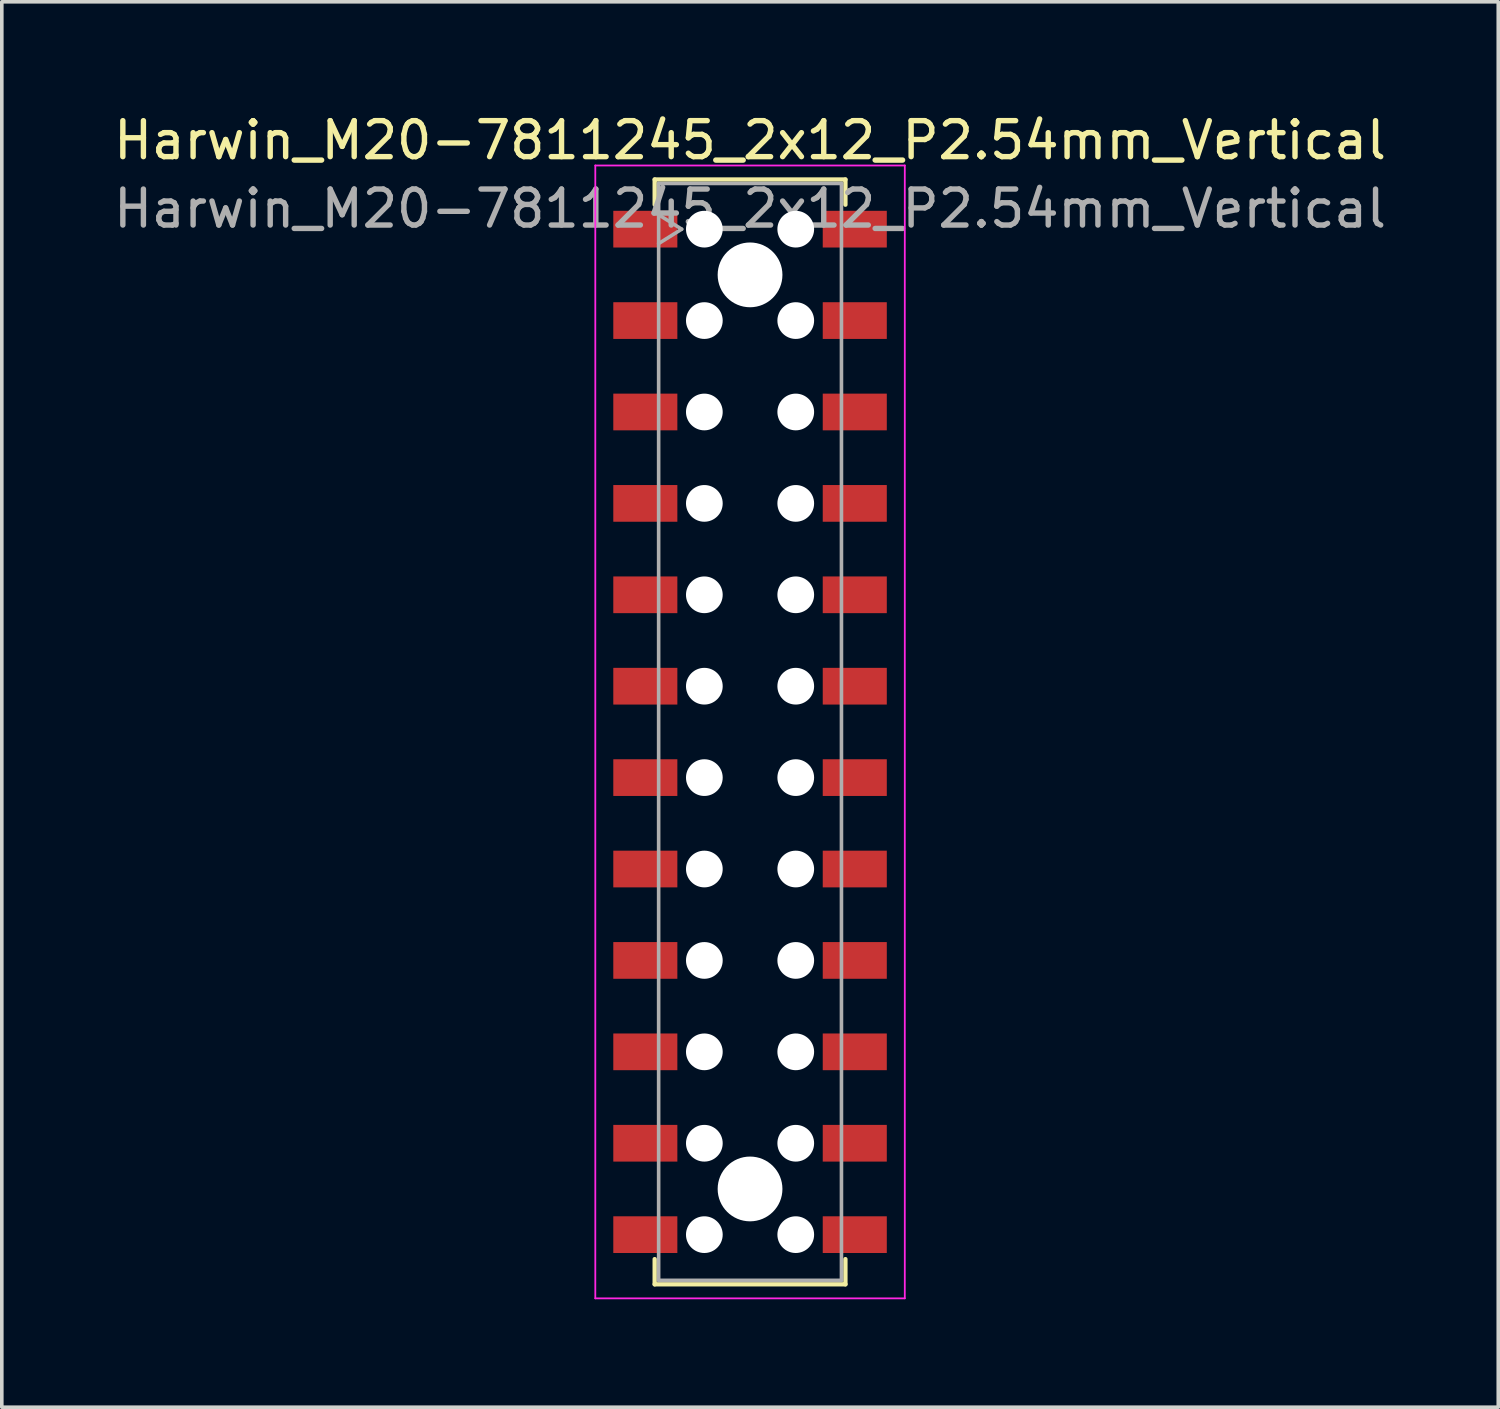
<source format=kicad_pcb>
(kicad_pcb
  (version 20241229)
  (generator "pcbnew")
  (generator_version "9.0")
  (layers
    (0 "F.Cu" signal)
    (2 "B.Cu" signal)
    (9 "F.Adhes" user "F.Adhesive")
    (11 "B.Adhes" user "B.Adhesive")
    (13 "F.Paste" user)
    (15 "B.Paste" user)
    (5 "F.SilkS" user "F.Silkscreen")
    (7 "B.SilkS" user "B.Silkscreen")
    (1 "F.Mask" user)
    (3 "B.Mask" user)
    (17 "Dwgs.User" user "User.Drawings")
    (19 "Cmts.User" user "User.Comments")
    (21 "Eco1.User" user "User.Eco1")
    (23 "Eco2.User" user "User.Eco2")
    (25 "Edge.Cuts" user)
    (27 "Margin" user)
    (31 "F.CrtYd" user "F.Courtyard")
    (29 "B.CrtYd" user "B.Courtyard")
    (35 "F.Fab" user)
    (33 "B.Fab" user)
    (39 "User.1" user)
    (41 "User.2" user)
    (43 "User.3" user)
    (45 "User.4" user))
  (footprint "Harwin_M20-7811245_2x12_P2.54mm_Vertical"
    (layer "F.Cu")
    (at 17.792 17.288)
    (property "Reference" "Harwin_M20-7811245_2x12_P2.54mm_Vertical" (at 0 -16.44 0) (layer "F.SilkS") (effects (font (size 1 1) (thickness 0.15))))
    (attr smd)
    (fp_line (start -2.65 -15.35) (end 2.65 -15.35) (stroke (width 0.12) (type solid)) (layer "F.SilkS"))
    (fp_line (start -2.65 -14.65) (end -2.65 -15.35) (stroke (width 0.12) (type solid)) (layer "F.SilkS"))
    (fp_line (start -2.65 14.65) (end -2.65 15.35) (stroke (width 0.12) (type solid)) (layer "F.SilkS"))
    (fp_line (start -2.65 15.35) (end 2.65 15.35) (stroke (width 0.12) (type solid)) (layer "F.SilkS"))
    (fp_line (start 2.65 -15.35) (end 2.65 -14.65) (stroke (width 0.12) (type solid)) (layer "F.SilkS"))
    (fp_line (start 2.65 15.35) (end 2.65 14.65) (stroke (width 0.12) (type solid)) (layer "F.SilkS"))
    (fp_line (start -4.3 -15.74) (end 4.3 -15.74) (stroke (width 0.05) (type solid)) (layer "F.CrtYd"))
    (fp_line (start -4.3 15.74) (end -4.3 -15.74) (stroke (width 0.05) (type solid)) (layer "F.CrtYd"))
    (fp_line (start 4.3 -15.74) (end 4.3 15.74) (stroke (width 0.05) (type solid)) (layer "F.CrtYd"))
    (fp_line (start 4.3 15.74) (end -4.3 15.74) (stroke (width 0.05) (type solid)) (layer "F.CrtYd"))
    (fp_line (start -2.54 -15.24) (end 2.54 -15.24) (stroke (width 0.1) (type solid)) (layer "F.Fab"))
    (fp_line (start -2.54 -14.37) (end -1.9 -13.97) (stroke (width 0.1) (type solid)) (layer "F.Fab"))
    (fp_line (start -2.54 15.24) (end -2.54 -15.24) (stroke (width 0.1) (type solid)) (layer "F.Fab"))
    (fp_line (start -1.9 -13.97) (end -2.54 -13.57) (stroke (width 0.1) (type solid)) (layer "F.Fab"))
    (fp_line (start 2.54 -15.24) (end 2.54 15.24) (stroke (width 0.1) (type solid)) (layer "F.Fab"))
    (fp_line (start 2.54 15.24) (end -2.54 15.24) (stroke (width 0.1) (type solid)) (layer "F.Fab"))
    (fp_text user "${REFERENCE}" (at 0 -14.54 0) (layer "F.Fab") (effects (font (size 1 1) (thickness 0.15))))
    (pad "" np_thru_hole circle (at -1.27 -13.97) (size 1.02 1.02) (drill 1.02) (layers "*.Cu" "*.Mask"))
    (pad "" np_thru_hole circle (at -1.27 -11.43) (size 1.02 1.02) (drill 1.02) (layers "*.Cu" "*.Mask"))
    (pad "" np_thru_hole circle (at -1.27 -8.89) (size 1.02 1.02) (drill 1.02) (layers "*.Cu" "*.Mask"))
    (pad "" np_thru_hole circle (at -1.27 -6.35) (size 1.02 1.02) (drill 1.02) (layers "*.Cu" "*.Mask"))
    (pad "" np_thru_hole circle (at -1.27 -3.81) (size 1.02 1.02) (drill 1.02) (layers "*.Cu" "*.Mask"))
    (pad "" np_thru_hole circle (at -1.27 -1.27) (size 1.02 1.02) (drill 1.02) (layers "*.Cu" "*.Mask"))
    (pad "" np_thru_hole circle (at -1.27 1.27) (size 1.02 1.02) (drill 1.02) (layers "*.Cu" "*.Mask"))
    (pad "" np_thru_hole circle (at -1.27 3.81) (size 1.02 1.02) (drill 1.02) (layers "*.Cu" "*.Mask"))
    (pad "" np_thru_hole circle (at -1.27 6.35) (size 1.02 1.02) (drill 1.02) (layers "*.Cu" "*.Mask"))
    (pad "" np_thru_hole circle (at -1.27 8.89) (size 1.02 1.02) (drill 1.02) (layers "*.Cu" "*.Mask"))
    (pad "" np_thru_hole circle (at -1.27 11.43) (size 1.02 1.02) (drill 1.02) (layers "*.Cu" "*.Mask"))
    (pad "" np_thru_hole circle (at -1.27 13.97) (size 1.02 1.02) (drill 1.02) (layers "*.Cu" "*.Mask"))
    (pad "" np_thru_hole circle (at 0 -12.7) (size 1.8 1.8) (drill 1.8) (layers "*.Cu" "*.Mask"))
    (pad "" np_thru_hole circle (at 0 12.7) (size 1.8 1.8) (drill 1.8) (layers "*.Cu" "*.Mask"))
    (pad "" np_thru_hole circle (at 1.27 -13.97) (size 1.02 1.02) (drill 1.02) (layers "*.Cu" "*.Mask"))
    (pad "" np_thru_hole circle (at 1.27 -11.43) (size 1.02 1.02) (drill 1.02) (layers "*.Cu" "*.Mask"))
    (pad "" np_thru_hole circle (at 1.27 -8.89) (size 1.02 1.02) (drill 1.02) (layers "*.Cu" "*.Mask"))
    (pad "" np_thru_hole circle (at 1.27 -6.35) (size 1.02 1.02) (drill 1.02) (layers "*.Cu" "*.Mask"))
    (pad "" np_thru_hole circle (at 1.27 -3.81) (size 1.02 1.02) (drill 1.02) (layers "*.Cu" "*.Mask"))
    (pad "" np_thru_hole circle (at 1.27 -1.27) (size 1.02 1.02) (drill 1.02) (layers "*.Cu" "*.Mask"))
    (pad "" np_thru_hole circle (at 1.27 1.27) (size 1.02 1.02) (drill 1.02) (layers "*.Cu" "*.Mask"))
    (pad "" np_thru_hole circle (at 1.27 3.81) (size 1.02 1.02) (drill 1.02) (layers "*.Cu" "*.Mask"))
    (pad "" np_thru_hole circle (at 1.27 6.35) (size 1.02 1.02) (drill 1.02) (layers "*.Cu" "*.Mask"))
    (pad "" np_thru_hole circle (at 1.27 8.89) (size 1.02 1.02) (drill 1.02) (layers "*.Cu" "*.Mask"))
    (pad "" np_thru_hole circle (at 1.27 11.43) (size 1.02 1.02) (drill 1.02) (layers "*.Cu" "*.Mask"))
    (pad "" np_thru_hole circle (at 1.27 13.97) (size 1.02 1.02) (drill 1.02) (layers "*.Cu" "*.Mask"))
    (pad "1" smd rect (at -2.91 -13.97) (size 1.78 1.02) (layers "F.Cu" "F.Mask" "F.Paste"))
    (pad "2" smd rect (at -2.91 -11.43) (size 1.78 1.02) (layers "F.Cu" "F.Mask" "F.Paste"))
    (pad "3" smd rect (at -2.91 -8.89) (size 1.78 1.02) (layers "F.Cu" "F.Mask" "F.Paste"))
    (pad "4" smd rect (at -2.91 -6.35) (size 1.78 1.02) (layers "F.Cu" "F.Mask" "F.Paste"))
    (pad "5" smd rect (at -2.91 -3.81) (size 1.78 1.02) (layers "F.Cu" "F.Mask" "F.Paste"))
    (pad "6" smd rect (at -2.91 -1.27) (size 1.78 1.02) (layers "F.Cu" "F.Mask" "F.Paste"))
    (pad "7" smd rect (at -2.91 1.27) (size 1.78 1.02) (layers "F.Cu" "F.Mask" "F.Paste"))
    (pad "8" smd rect (at -2.91 3.81) (size 1.78 1.02) (layers "F.Cu" "F.Mask" "F.Paste"))
    (pad "9" smd rect (at -2.91 6.35) (size 1.78 1.02) (layers "F.Cu" "F.Mask" "F.Paste"))
    (pad "10" smd rect (at -2.91 8.89) (size 1.78 1.02) (layers "F.Cu" "F.Mask" "F.Paste"))
    (pad "11" smd rect (at -2.91 11.43) (size 1.78 1.02) (layers "F.Cu" "F.Mask" "F.Paste"))
    (pad "12" smd rect (at -2.91 13.97) (size 1.78 1.02) (layers "F.Cu" "F.Mask" "F.Paste"))
    (pad "13" smd rect (at 2.91 -13.97) (size 1.78 1.02) (layers "F.Cu" "F.Mask" "F.Paste"))
    (pad "14" smd rect (at 2.91 -11.43) (size 1.78 1.02) (layers "F.Cu" "F.Mask" "F.Paste"))
    (pad "15" smd rect (at 2.91 -8.89) (size 1.78 1.02) (layers "F.Cu" "F.Mask" "F.Paste"))
    (pad "16" smd rect (at 2.91 -6.35) (size 1.78 1.02) (layers "F.Cu" "F.Mask" "F.Paste"))
    (pad "17" smd rect (at 2.91 -3.81) (size 1.78 1.02) (layers "F.Cu" "F.Mask" "F.Paste"))
    (pad "18" smd rect (at 2.91 -1.27) (size 1.78 1.02) (layers "F.Cu" "F.Mask" "F.Paste"))
    (pad "19" smd rect (at 2.91 1.27) (size 1.78 1.02) (layers "F.Cu" "F.Mask" "F.Paste"))
    (pad "20" smd rect (at 2.91 3.81) (size 1.78 1.02) (layers "F.Cu" "F.Mask" "F.Paste"))
    (pad "21" smd rect (at 2.91 6.35) (size 1.78 1.02) (layers "F.Cu" "F.Mask" "F.Paste"))
    (pad "22" smd rect (at 2.91 8.89) (size 1.78 1.02) (layers "F.Cu" "F.Mask" "F.Paste"))
    (pad "23" smd rect (at 2.91 11.43) (size 1.78 1.02) (layers "F.Cu" "F.Mask" "F.Paste"))
    (pad "24" smd rect (at 2.91 13.97) (size 1.78 1.02) (layers "F.Cu" "F.Mask" "F.Paste")))
  (gr_rect
    (start -3 -3)
    (end 38.583 36.053)
    (stroke (width 0.1) (type default))
    (fill no)
    (layer "Edge.Cuts")))
</source>
